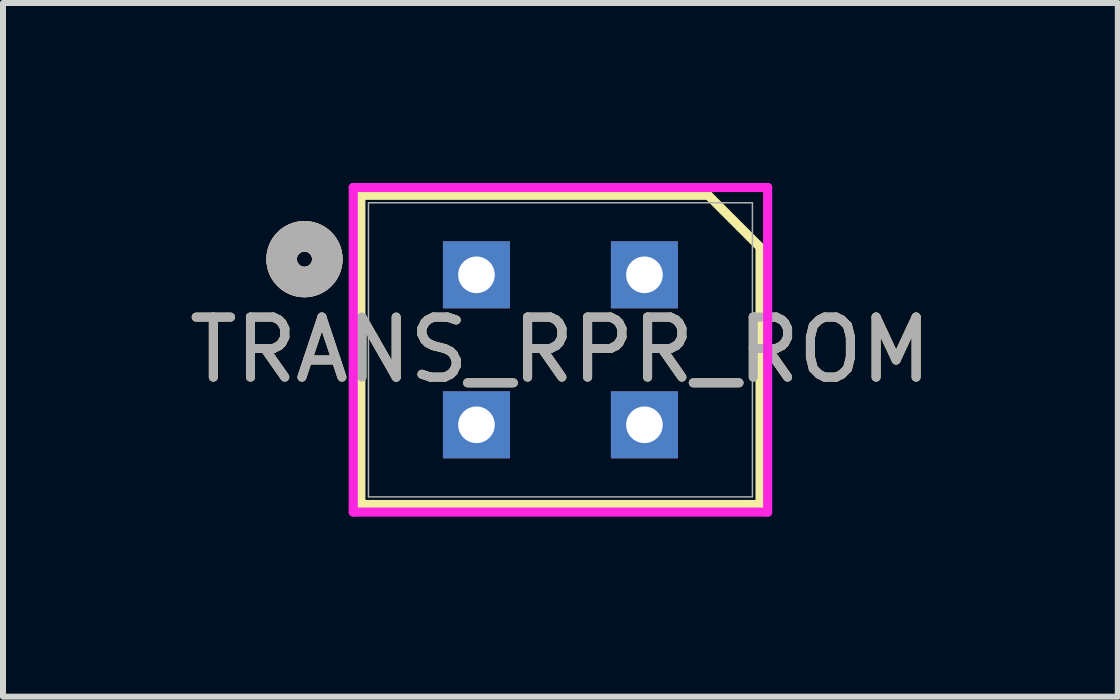
<source format=kicad_pcb>
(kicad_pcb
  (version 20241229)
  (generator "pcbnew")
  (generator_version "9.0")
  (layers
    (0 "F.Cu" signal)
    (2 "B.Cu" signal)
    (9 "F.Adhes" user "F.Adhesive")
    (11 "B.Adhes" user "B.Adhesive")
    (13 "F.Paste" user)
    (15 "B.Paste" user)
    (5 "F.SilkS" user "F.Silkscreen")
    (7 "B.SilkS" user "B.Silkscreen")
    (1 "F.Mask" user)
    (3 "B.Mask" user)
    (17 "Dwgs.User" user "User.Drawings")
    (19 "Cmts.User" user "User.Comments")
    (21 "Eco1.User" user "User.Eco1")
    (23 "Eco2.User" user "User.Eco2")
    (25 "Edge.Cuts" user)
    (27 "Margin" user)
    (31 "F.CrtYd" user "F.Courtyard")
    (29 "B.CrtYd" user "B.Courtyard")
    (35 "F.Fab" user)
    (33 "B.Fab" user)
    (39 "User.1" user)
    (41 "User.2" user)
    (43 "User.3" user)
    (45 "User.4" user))
  (footprint "TRANS_RPR_ROM"
    (layer "F.Cu")
    (at 6.292 2.87)
    (property "Reference" "TRANS_RPR_ROM" (at 0 -0.089 0) (unlocked yes) (layer "F.SilkS") (effects (font (size 1 1) (thickness 0.15))))
    (attr through_hole)
    (fp_line (start -3.327 -2.667) (end -3.327 2.489) (stroke (width 0.152) (type solid)) (layer "F.SilkS"))
    (fp_line (start -3.327 -2.664) (end 2.464 -2.664) (stroke (width 0.152) (type solid)) (layer "F.SilkS"))
    (fp_line (start 2.464 -2.664) (end 3.327 -1.8) (stroke (width 0.152) (type solid)) (layer "F.SilkS"))
    (fp_line (start 3.327 2.489) (end -3.327 2.489) (stroke (width 0.152) (type solid)) (layer "F.SilkS"))
    (fp_line (start 3.327 2.493) (end 3.327 -1.8) (stroke (width 0.152) (type solid)) (layer "F.SilkS"))
    (fp_circle (center -4.267 -1.6) (end -3.886 -1.6) (stroke (width 0.508) (type solid)) (fill no) (layer "F.SilkS"))
    (fp_circle (center -4.267 -1.6) (end -3.886 -1.6) (stroke (width 0.508) (type solid)) (fill no) (layer "B.SilkS"))
    (fp_line (start -3.454 -2.794) (end -3.454 2.616) (stroke (width 0.152) (type solid)) (layer "F.CrtYd"))
    (fp_line (start -3.454 2.616) (end 3.454 2.616) (stroke (width 0.152) (type solid)) (layer "F.CrtYd"))
    (fp_line (start 3.454 -2.794) (end -3.454 -2.794) (stroke (width 0.152) (type solid)) (layer "F.CrtYd"))
    (fp_line (start 3.454 2.616) (end 3.454 -2.794) (stroke (width 0.152) (type solid)) (layer "F.CrtYd"))
    (fp_line (start -3.2 -2.54) (end -3.2 2.362) (stroke (width 0.025) (type solid)) (layer "F.Fab"))
    (fp_line (start -3.2 2.362) (end 3.2 2.362) (stroke (width 0.025) (type solid)) (layer "F.Fab"))
    (fp_line (start 3.2 -2.54) (end -3.2 -2.54) (stroke (width 0.025) (type solid)) (layer "F.Fab"))
    (fp_line (start 3.2 2.362) (end 3.2 -2.54) (stroke (width 0.025) (type solid)) (layer "F.Fab"))
    (fp_circle (center -4.267 -1.6) (end -3.886 -1.6) (stroke (width 0.508) (type solid)) (fill no) (layer "F.Fab"))
    (fp_text user "${REFERENCE}" (at 0 -0.089 0) (unlocked yes) (layer "F.Fab") (effects (font (size 1 1) (thickness 0.15))))
    (pad "1" thru_hole rect (at -1.4 1.161) (size 1.118 1.118) (drill 0.61) (layers "*.Cu" "*.Mask"))
    (pad "2" thru_hole rect (at -1.4 -1.339) (size 1.118 1.118) (drill 0.61) (layers "*.Cu" "*.Mask"))
    (pad "3" thru_hole rect (at 1.4 -1.339) (size 1.118 1.118) (drill 0.61) (layers "*.Cu" "*.Mask"))
    (pad "4" thru_hole rect (at 1.4 1.161) (size 1.118 1.118) (drill 0.61) (layers "*.Cu" "*.Mask")))
  (gr_rect
    (start -3 -3)
    (end 15.583 8.563)
    (stroke (width 0.1) (type default))
    (fill no)
    (layer "Edge.Cuts")))
</source>
